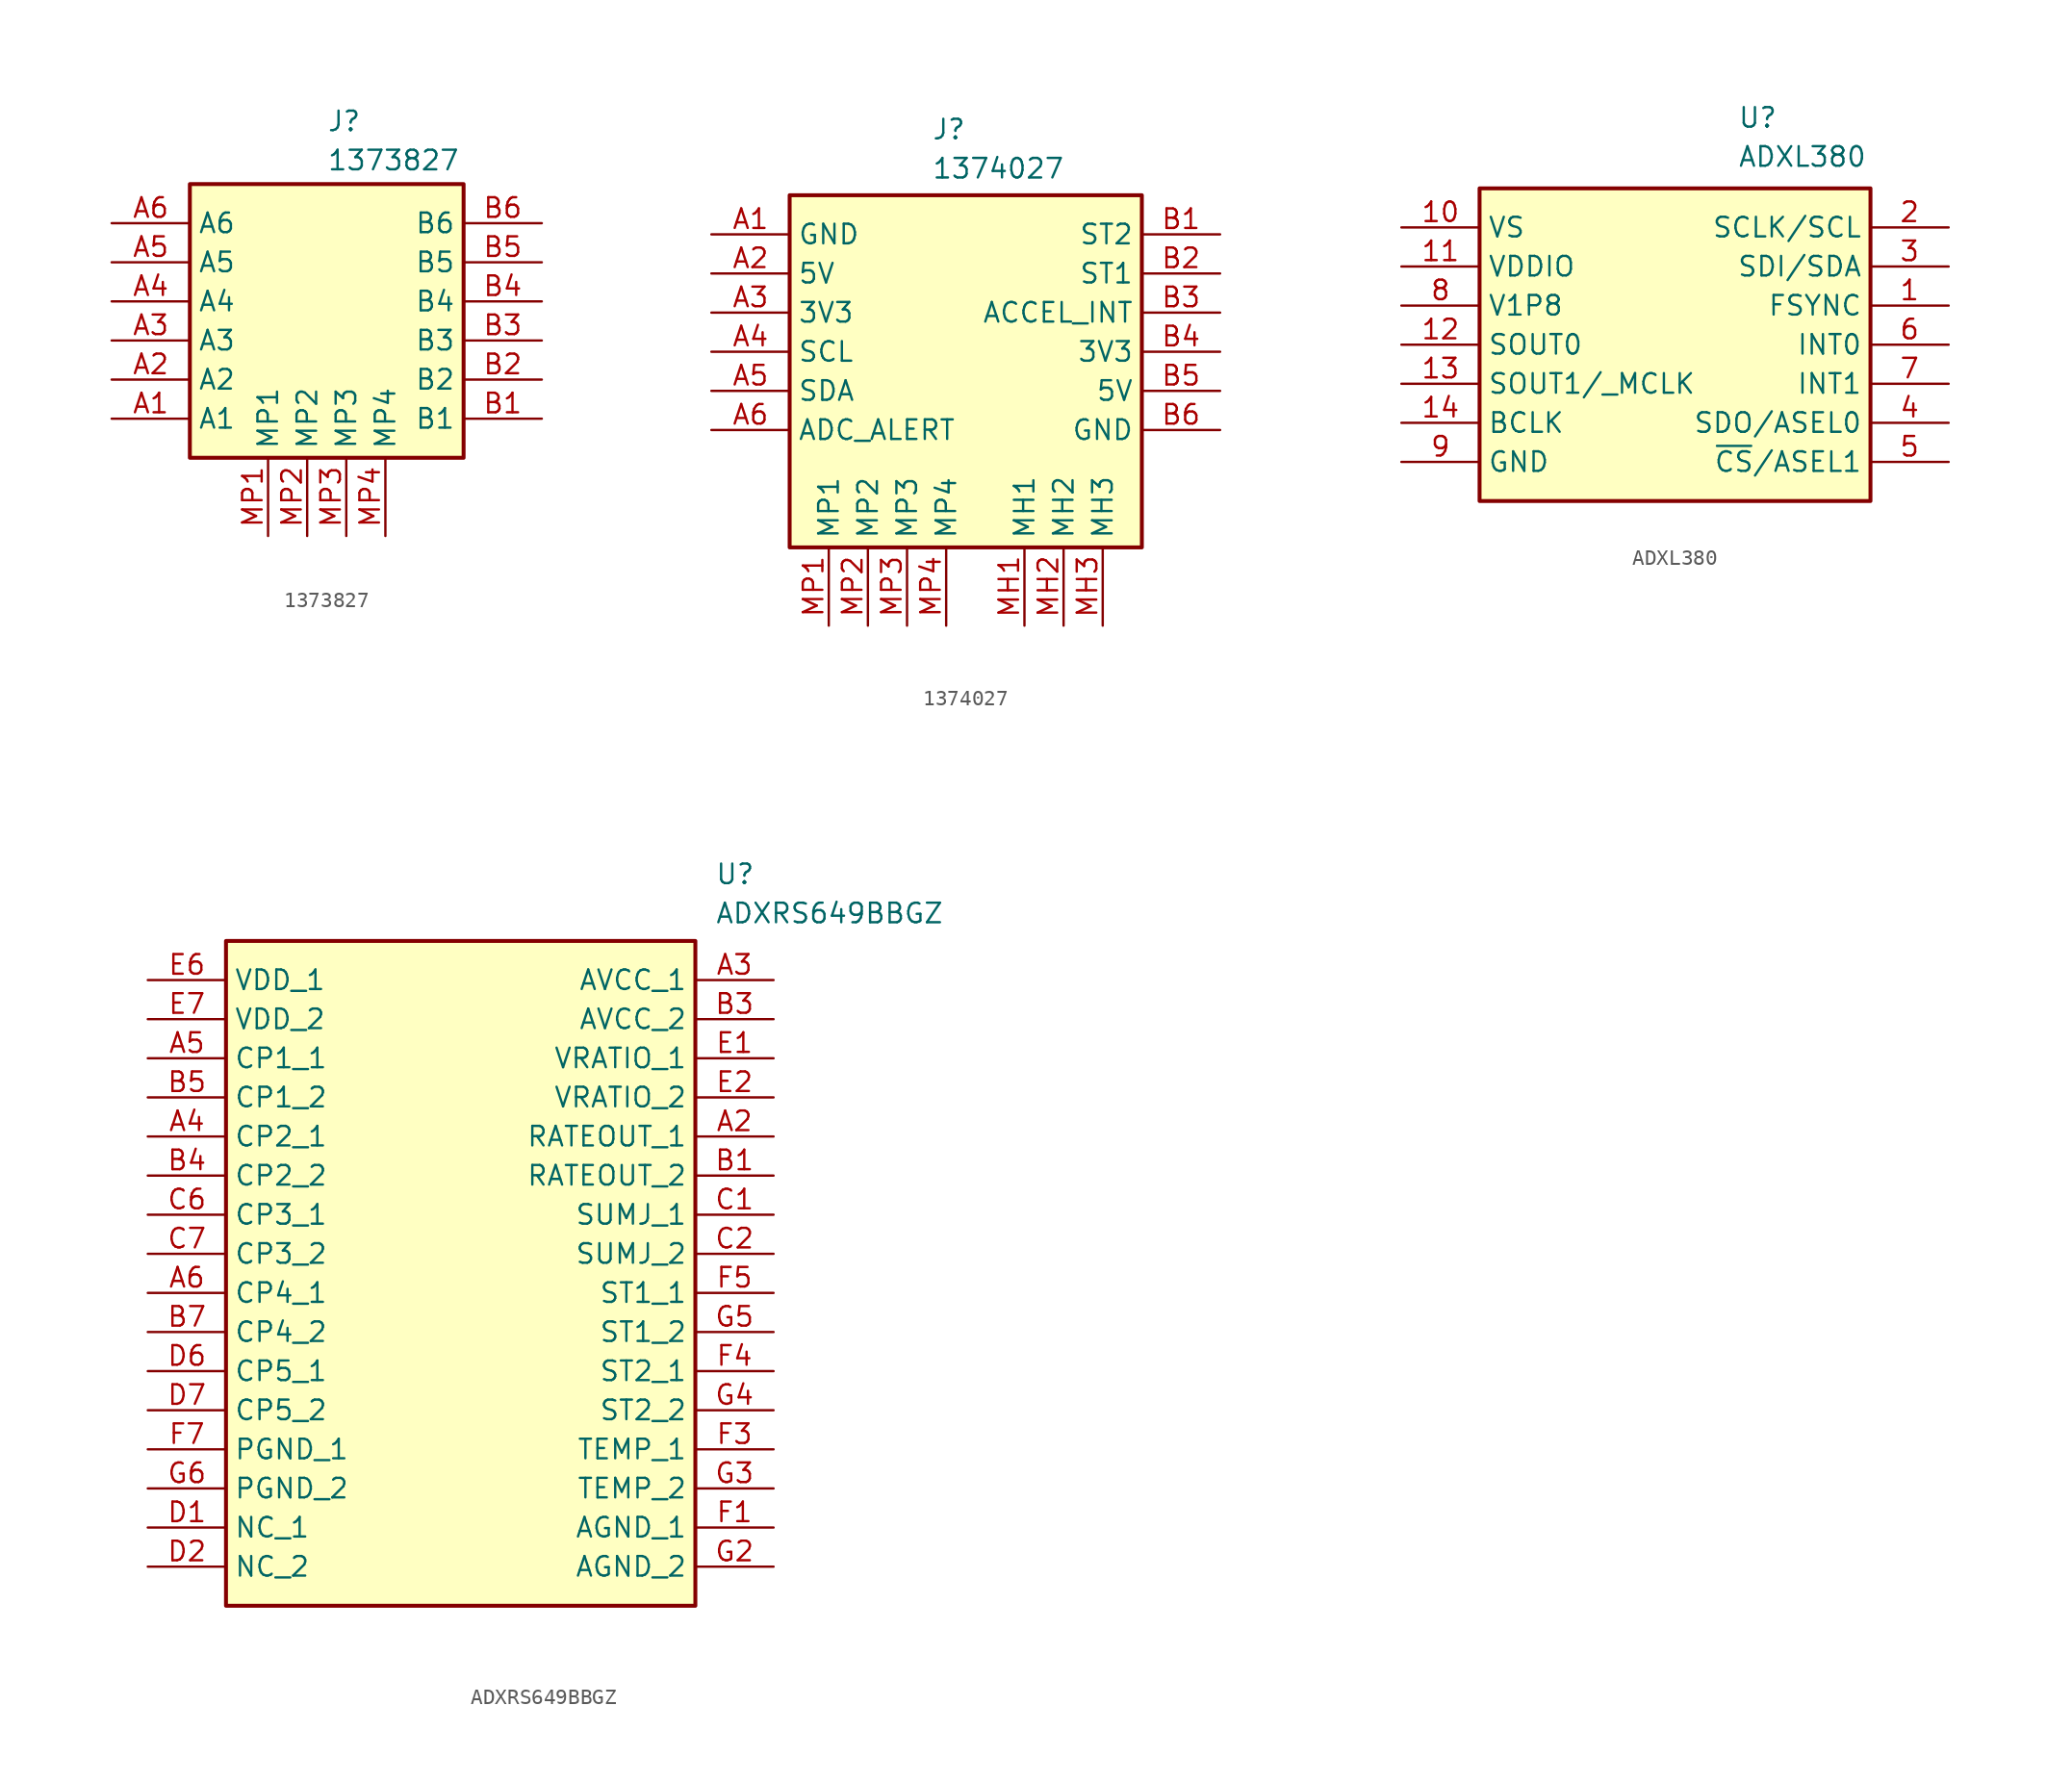
<source format=kicad_sym>
(kicad_symbol_lib
  (version 20241209)
  (generator "kicad_symbol_editor")
  (generator_version "9.0")
  (symbol "1373827"
    (property "Reference" "J"
      (at 0 13.716 0)
      (effects (font (size 1.27 1.27)) (justify left top)))
    (property "Value" "1373827"
      (at 0 11.176 0)
      (effects (font (size 1.27 1.27)) (justify left top)))
    (symbol "1373827_1_1"
      (rectangle (start -8.89 -8.89) (end 8.89 8.89) (stroke (width 0.254) (type default)) (fill (type background)))
      (pin passive line (at -13.97 6.35 0) (length 5.08) (name "A6" (effects (font (size 1.27 1.27)))) (number "A6" (effects (font (size 1.27 1.27)))))
      (pin passive line (at -13.97 3.81 0) (length 5.08) (name "A5" (effects (font (size 1.27 1.27)))) (number "A5" (effects (font (size 1.27 1.27)))))
      (pin passive line (at -13.97 1.27 0) (length 5.08) (name "A4" (effects (font (size 1.27 1.27)))) (number "A4" (effects (font (size 1.27 1.27)))))
      (pin passive line (at -13.97 -1.27 0) (length 5.08) (name "A3" (effects (font (size 1.27 1.27)))) (number "A3" (effects (font (size 1.27 1.27)))))
      (pin passive line (at -13.97 -3.81 0) (length 5.08) (name "A2" (effects (font (size 1.27 1.27)))) (number "A2" (effects (font (size 1.27 1.27)))))
      (pin passive line (at -13.97 -6.35 0) (length 5.08) (name "A1" (effects (font (size 1.27 1.27)))) (number "A1" (effects (font (size 1.27 1.27)))))
      (pin passive line (at -3.81 -13.97 90) (length 5.08) (name "MP1" (effects (font (size 1.27 1.27)))) (number "MP1" (effects (font (size 1.27 1.27)))))
      (pin passive line (at -1.27 -13.97 90) (length 5.08) (name "MP2" (effects (font (size 1.27 1.27)))) (number "MP2" (effects (font (size 1.27 1.27)))))
      (pin passive line (at 1.27 -13.97 90) (length 5.08) (name "MP3" (effects (font (size 1.27 1.27)))) (number "MP3" (effects (font (size 1.27 1.27)))))
      (pin passive line (at 3.81 -13.97 90) (length 5.08) (name "MP4" (effects (font (size 1.27 1.27)))) (number "MP4" (effects (font (size 1.27 1.27)))))
      (pin passive line (at 13.97 6.35 180) (length 5.08) (name "B6" (effects (font (size 1.27 1.27)))) (number "B6" (effects (font (size 1.27 1.27)))))
      (pin passive line (at 13.97 3.81 180) (length 5.08) (name "B5" (effects (font (size 1.27 1.27)))) (number "B5" (effects (font (size 1.27 1.27)))))
      (pin passive line (at 13.97 1.27 180) (length 5.08) (name "B4" (effects (font (size 1.27 1.27)))) (number "B4" (effects (font (size 1.27 1.27)))))
      (pin passive line (at 13.97 -1.27 180) (length 5.08) (name "B3" (effects (font (size 1.27 1.27)))) (number "B3" (effects (font (size 1.27 1.27)))))
      (pin passive line (at 13.97 -3.81 180) (length 5.08) (name "B2" (effects (font (size 1.27 1.27)))) (number "B2" (effects (font (size 1.27 1.27)))))
      (pin passive line (at 13.97 -6.35 180) (length 5.08) (name "B1" (effects (font (size 1.27 1.27)))) (number "B1" (effects (font (size 1.27 1.27)))))))
  (symbol "1374027"
    (property "Reference" "J"
      (at 0.318 13.906 0)
      (effects (font (size 1.27 1.27)) (justify left top)))
    (property "Value" "1374027"
      (at 0.318 11.367 0)
      (effects (font (size 1.27 1.27)) (justify left top)))
    (symbol "1374027_1_1"
      (rectangle (start -8.89 8.89) (end 13.97 -13.97) (stroke (width 0.254) (type default)) (fill (type background)))
      (pin passive line (at -13.97 6.35 0) (length 5.08) (name "GND" (effects (font (size 1.27 1.27)))) (number "A1" (effects (font (size 1.27 1.27)))))
      (pin passive line (at -13.97 3.81 0) (length 5.08) (name "5V" (effects (font (size 1.27 1.27)))) (number "A2" (effects (font (size 1.27 1.27)))))
      (pin passive line (at -13.97 1.27 0) (length 5.08) (name "3V3" (effects (font (size 1.27 1.27)))) (number "A3" (effects (font (size 1.27 1.27)))))
      (pin passive line (at -13.97 -1.27 0) (length 5.08) (name "SCL" (effects (font (size 1.27 1.27)))) (number "A4" (effects (font (size 1.27 1.27)))))
      (pin passive line (at -13.97 -3.81 0) (length 5.08) (name "SDA" (effects (font (size 1.27 1.27)))) (number "A5" (effects (font (size 1.27 1.27)))))
      (pin passive line (at -13.97 -6.35 0) (length 5.08) (name "ADC_ALERT" (effects (font (size 1.27 1.27)))) (number "A6" (effects (font (size 1.27 1.27)))))
      (pin passive line (at -6.35 -19.05 90) (length 5.08) (name "MP1" (effects (font (size 1.27 1.27)))) (number "MP1" (effects (font (size 1.27 1.27)))))
      (pin passive line (at -3.81 -19.05 90) (length 5.08) (name "MP2" (effects (font (size 1.27 1.27)))) (number "MP2" (effects (font (size 1.27 1.27)))))
      (pin passive line (at -1.27 -19.05 90) (length 5.08) (name "MP3" (effects (font (size 1.27 1.27)))) (number "MP3" (effects (font (size 1.27 1.27)))))
      (pin passive line (at 1.27 -19.05 90) (length 5.08) (name "MP4" (effects (font (size 1.27 1.27)))) (number "MP4" (effects (font (size 1.27 1.27)))))
      (pin passive line (at 6.35 -19.05 90) (length 5.08) (name "MH1" (effects (font (size 1.27 1.27)))) (number "MH1" (effects (font (size 1.27 1.27)))))
      (pin passive line (at 8.89 -19.05 90) (length 5.08) (name "MH2" (effects (font (size 1.27 1.27)))) (number "MH2" (effects (font (size 1.27 1.27)))))
      (pin passive line (at 11.43 -19.05 90) (length 5.08) (name "MH3" (effects (font (size 1.27 1.27)))) (number "MH3" (effects (font (size 1.27 1.27)))))
      (pin passive line (at 19.05 6.35 180) (length 5.08) (name "ST2" (effects (font (size 1.27 1.27)))) (number "B1" (effects (font (size 1.27 1.27)))))
      (pin passive line (at 19.05 3.81 180) (length 5.08) (name "ST1" (effects (font (size 1.27 1.27)))) (number "B2" (effects (font (size 1.27 1.27)))))
      (pin passive line (at 19.05 1.27 180) (length 5.08) (name "ACCEL_INT" (effects (font (size 1.27 1.27)))) (number "B3" (effects (font (size 1.27 1.27)))))
      (pin passive line (at 19.05 -1.27 180) (length 5.08) (name "3V3" (effects (font (size 1.27 1.27)))) (number "B4" (effects (font (size 1.27 1.27)))))
      (pin passive line (at 19.05 -3.81 180) (length 5.08) (name "5V" (effects (font (size 1.27 1.27)))) (number "B5" (effects (font (size 1.27 1.27)))))
      (pin passive line (at 19.05 -6.35 180) (length 5.08) (name "GND" (effects (font (size 1.27 1.27)))) (number "B6" (effects (font (size 1.27 1.27)))))))
  (symbol "ADXL380"
    (property "Reference" "U"
      (at 4.064 18.034 0)
      (effects (font (size 1.27 1.27)) (justify left top)))
    (property "Value" "ADXL380"
      (at 4.064 15.494 0)
      (effects (font (size 1.27 1.27)) (justify left top)))
    (symbol "ADXL380_1_1"
      (rectangle (start -12.7 12.7) (end 12.7 -7.62) (stroke (width 0.254) (type default)) (fill (type background)))
      (pin passive line (at -17.78 10.16 0) (length 5.08) (name "VS" (effects (font (size 1.27 1.27)))) (number "10" (effects (font (size 1.27 1.27)))))
      (pin passive line (at -17.78 7.62 0) (length 5.08) (name "VDDIO" (effects (font (size 1.27 1.27)))) (number "11" (effects (font (size 1.27 1.27)))))
      (pin passive line (at -17.78 5.08 0) (length 5.08) (name "V1P8" (effects (font (size 1.27 1.27)))) (number "8" (effects (font (size 1.27 1.27)))))
      (pin passive line (at -17.78 2.54 0) (length 5.08) (name "SOUT0" (effects (font (size 1.27 1.27)))) (number "12" (effects (font (size 1.27 1.27)))))
      (pin passive line (at -17.78 0 0) (length 5.08) (name "SOUT1/_MCLK" (effects (font (size 1.27 1.27)))) (number "13" (effects (font (size 1.27 1.27)))))
      (pin passive line (at -17.78 -2.54 0) (length 5.08) (name "BCLK" (effects (font (size 1.27 1.27)))) (number "14" (effects (font (size 1.27 1.27)))))
      (pin passive line (at -17.78 -5.08 0) (length 5.08) (name "GND" (effects (font (size 1.27 1.27)))) (number "9" (effects (font (size 1.27 1.27)))))
      (pin passive line (at 17.78 10.16 180) (length 5.08) (name "SCLK/SCL" (effects (font (size 1.27 1.27)))) (number "2" (effects (font (size 1.27 1.27)))))
      (pin passive line (at 17.78 7.62 180) (length 5.08) (name "SDI/SDA" (effects (font (size 1.27 1.27)))) (number "3" (effects (font (size 1.27 1.27)))))
      (pin passive line (at 17.78 5.08 180) (length 5.08) (name "FSYNC" (effects (font (size 1.27 1.27)))) (number "1" (effects (font (size 1.27 1.27)))))
      (pin passive line (at 17.78 2.54 180) (length 5.08) (name "INT0" (effects (font (size 1.27 1.27)))) (number "6" (effects (font (size 1.27 1.27)))))
      (pin passive line (at 17.78 0 180) (length 5.08) (name "INT1" (effects (font (size 1.27 1.27)))) (number "7" (effects (font (size 1.27 1.27)))))
      (pin passive line (at 17.78 -2.54 180) (length 5.08) (name "SDO/ASEL0" (effects (font (size 1.27 1.27)))) (number "4" (effects (font (size 1.27 1.27)))))
      (pin passive line (at 17.78 -5.08 180) (length 5.08) (name "~{CS}/ASEL1" (effects (font (size 1.27 1.27)))) (number "5" (effects (font (size 1.27 1.27)))))))
  (symbol "ADXRS649BBGZ"
    (property "Reference" "U"
      (at 36.83 7.62 0)
      (effects (font (size 1.27 1.27)) (justify left top)))
    (property "Value" "ADXRS649BBGZ"
      (at 36.83 5.08 0)
      (effects (font (size 1.27 1.27)) (justify left top)))
    (symbol "ADXRS649BBGZ_1_1"
      (rectangle (start 5.08 2.54) (end 35.56 -40.64) (stroke (width 0.254) (type default)) (fill (type background)))
      (pin passive line (at 0 0 0) (length 5.08) (name "VDD_1" (effects (font (size 1.27 1.27)))) (number "E6" (effects (font (size 1.27 1.27)))))
      (pin passive line (at 0 -2.54 0) (length 5.08) (name "VDD_2" (effects (font (size 1.27 1.27)))) (number "E7" (effects (font (size 1.27 1.27)))))
      (pin passive line (at 0 -5.08 0) (length 5.08) (name "CP1_1" (effects (font (size 1.27 1.27)))) (number "A5" (effects (font (size 1.27 1.27)))))
      (pin passive line (at 0 -7.62 0) (length 5.08) (name "CP1_2" (effects (font (size 1.27 1.27)))) (number "B5" (effects (font (size 1.27 1.27)))))
      (pin passive line (at 0 -10.16 0) (length 5.08) (name "CP2_1" (effects (font (size 1.27 1.27)))) (number "A4" (effects (font (size 1.27 1.27)))))
      (pin passive line (at 0 -12.7 0) (length 5.08) (name "CP2_2" (effects (font (size 1.27 1.27)))) (number "B4" (effects (font (size 1.27 1.27)))))
      (pin passive line (at 0 -15.24 0) (length 5.08) (name "CP3_1" (effects (font (size 1.27 1.27)))) (number "C6" (effects (font (size 1.27 1.27)))))
      (pin passive line (at 0 -17.78 0) (length 5.08) (name "CP3_2" (effects (font (size 1.27 1.27)))) (number "C7" (effects (font (size 1.27 1.27)))))
      (pin passive line (at 0 -20.32 0) (length 5.08) (name "CP4_1" (effects (font (size 1.27 1.27)))) (number "A6" (effects (font (size 1.27 1.27)))))
      (pin passive line (at 0 -22.86 0) (length 5.08) (name "CP4_2" (effects (font (size 1.27 1.27)))) (number "B7" (effects (font (size 1.27 1.27)))))
      (pin passive line (at 0 -25.4 0) (length 5.08) (name "CP5_1" (effects (font (size 1.27 1.27)))) (number "D6" (effects (font (size 1.27 1.27)))))
      (pin passive line (at 0 -27.94 0) (length 5.08) (name "CP5_2" (effects (font (size 1.27 1.27)))) (number "D7" (effects (font (size 1.27 1.27)))))
      (pin passive line (at 0 -30.48 0) (length 5.08) (name "PGND_1" (effects (font (size 1.27 1.27)))) (number "F7" (effects (font (size 1.27 1.27)))))
      (pin passive line (at 0 -33.02 0) (length 5.08) (name "PGND_2" (effects (font (size 1.27 1.27)))) (number "G6" (effects (font (size 1.27 1.27)))))
      (pin passive line (at 0 -35.56 0) (length 5.08) (name "NC_1" (effects (font (size 1.27 1.27)))) (number "D1" (effects (font (size 1.27 1.27)))))
      (pin passive line (at 0 -38.1 0) (length 5.08) (name "NC_2" (effects (font (size 1.27 1.27)))) (number "D2" (effects (font (size 1.27 1.27)))))
      (pin passive line (at 40.64 0 180) (length 5.08) (name "AVCC_1" (effects (font (size 1.27 1.27)))) (number "A3" (effects (font (size 1.27 1.27)))))
      (pin passive line (at 40.64 -2.54 180) (length 5.08) (name "AVCC_2" (effects (font (size 1.27 1.27)))) (number "B3" (effects (font (size 1.27 1.27)))))
      (pin passive line (at 40.64 -5.08 180) (length 5.08) (name "VRATIO_1" (effects (font (size 1.27 1.27)))) (number "E1" (effects (font (size 1.27 1.27)))))
      (pin passive line (at 40.64 -7.62 180) (length 5.08) (name "VRATIO_2" (effects (font (size 1.27 1.27)))) (number "E2" (effects (font (size 1.27 1.27)))))
      (pin passive line (at 40.64 -10.16 180) (length 5.08) (name "RATEOUT_1" (effects (font (size 1.27 1.27)))) (number "A2" (effects (font (size 1.27 1.27)))))
      (pin passive line (at 40.64 -12.7 180) (length 5.08) (name "RATEOUT_2" (effects (font (size 1.27 1.27)))) (number "B1" (effects (font (size 1.27 1.27)))))
      (pin passive line (at 40.64 -15.24 180) (length 5.08) (name "SUMJ_1" (effects (font (size 1.27 1.27)))) (number "C1" (effects (font (size 1.27 1.27)))))
      (pin passive line (at 40.64 -17.78 180) (length 5.08) (name "SUMJ_2" (effects (font (size 1.27 1.27)))) (number "C2" (effects (font (size 1.27 1.27)))))
      (pin passive line (at 40.64 -20.32 180) (length 5.08) (name "ST1_1" (effects (font (size 1.27 1.27)))) (number "F5" (effects (font (size 1.27 1.27)))))
      (pin passive line (at 40.64 -22.86 180) (length 5.08) (name "ST1_2" (effects (font (size 1.27 1.27)))) (number "G5" (effects (font (size 1.27 1.27)))))
      (pin passive line (at 40.64 -25.4 180) (length 5.08) (name "ST2_1" (effects (font (size 1.27 1.27)))) (number "F4" (effects (font (size 1.27 1.27)))))
      (pin passive line (at 40.64 -27.94 180) (length 5.08) (name "ST2_2" (effects (font (size 1.27 1.27)))) (number "G4" (effects (font (size 1.27 1.27)))))
      (pin passive line (at 40.64 -30.48 180) (length 5.08) (name "TEMP_1" (effects (font (size 1.27 1.27)))) (number "F3" (effects (font (size 1.27 1.27)))))
      (pin passive line (at 40.64 -33.02 180) (length 5.08) (name "TEMP_2" (effects (font (size 1.27 1.27)))) (number "G3" (effects (font (size 1.27 1.27)))))
      (pin passive line (at 40.64 -35.56 180) (length 5.08) (name "AGND_1" (effects (font (size 1.27 1.27)))) (number "F1" (effects (font (size 1.27 1.27)))))
      (pin passive line (at 40.64 -38.1 180) (length 5.08) (name "AGND_2" (effects (font (size 1.27 1.27)))) (number "G2" (effects (font (size 1.27 1.27))))))))
</source>
